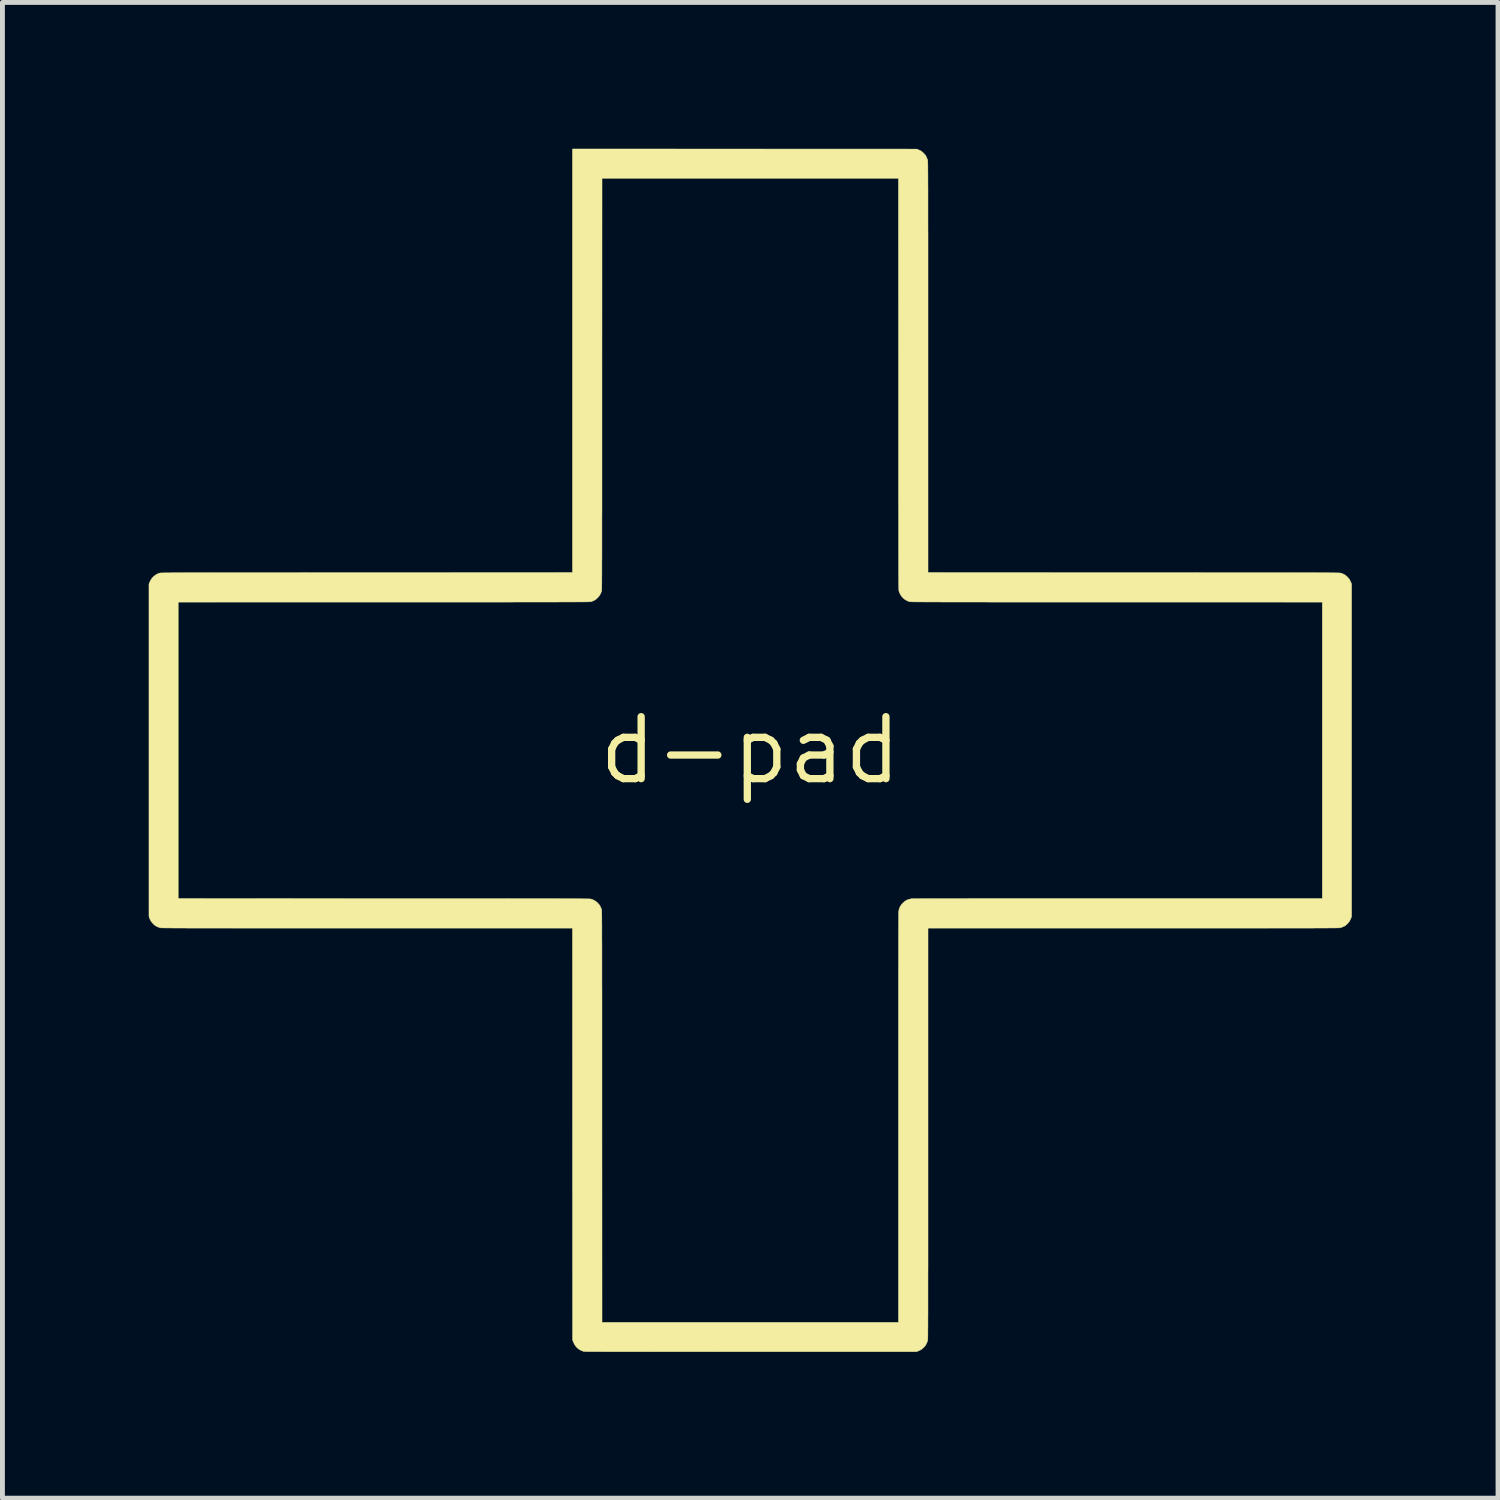
<source format=kicad_pcb>
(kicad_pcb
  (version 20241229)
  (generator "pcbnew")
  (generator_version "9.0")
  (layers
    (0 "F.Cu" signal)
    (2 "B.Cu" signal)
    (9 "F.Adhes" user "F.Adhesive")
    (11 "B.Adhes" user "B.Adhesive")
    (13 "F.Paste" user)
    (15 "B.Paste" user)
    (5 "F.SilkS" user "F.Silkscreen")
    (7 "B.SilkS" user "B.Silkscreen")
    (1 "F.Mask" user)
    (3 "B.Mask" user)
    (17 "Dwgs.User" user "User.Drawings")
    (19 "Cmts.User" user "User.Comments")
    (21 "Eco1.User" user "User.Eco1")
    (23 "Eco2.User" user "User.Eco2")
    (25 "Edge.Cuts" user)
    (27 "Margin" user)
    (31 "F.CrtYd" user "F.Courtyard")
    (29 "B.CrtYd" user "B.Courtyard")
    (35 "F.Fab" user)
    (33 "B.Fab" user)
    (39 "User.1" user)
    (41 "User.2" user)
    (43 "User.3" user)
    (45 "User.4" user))
  (footprint "d-pad"
    (layer "F.Cu")
    (at 12.335 12.337)
    (property "Reference" "d-pad" (at 0 0 0) (layer "F.SilkS") (effects (font (size 1.27 1.27) (thickness 0.15))))
    (attr through_hole)
    (fp_poly (pts (xy -0.117 -12.331) (xy 3.41 -12.33) (xy 3.441 -12.318) (xy 3.473 -12.305) (xy 3.501 -12.29) (xy 3.526 -12.271) (xy 3.553 -12.247) (xy 3.556 -12.243) (xy 3.574 -12.225) (xy 3.587 -12.21) (xy 3.597 -12.195) (xy 3.607 -12.178) (xy 3.612 -12.167) (xy 3.622 -12.143) (xy 3.631 -12.119) (xy 3.637 -12.098) (xy 3.638 -12.094) (xy 3.639 -12.091) (xy 3.639 -12.088) (xy 3.639 -12.083) (xy 3.64 -12.077) (xy 3.64 -12.069) (xy 3.64 -12.06) (xy 3.641 -12.049) (xy 3.641 -12.035) (xy 3.641 -12.02) (xy 3.641 -12.002) (xy 3.642 -11.981) (xy 3.642 -11.958) (xy 3.642 -11.933) (xy 3.642 -11.904) (xy 3.642 -11.872) (xy 3.643 -11.837) (xy 3.643 -11.798) (xy 3.643 -11.756) (xy 3.643 -11.71) (xy 3.643 -11.66) (xy 3.643 -11.606) (xy 3.644 -11.548) (xy 3.644 -11.486) (xy 3.644 -11.419) (xy 3.644 -11.348) (xy 3.644 -11.271) (xy 3.644 -11.19) (xy 3.644 -11.104) (xy 3.644 -11.012) (xy 3.644 -10.915) (xy 3.644 -10.813) (xy 3.644 -10.704) (xy 3.645 -10.59) (xy 3.645 -10.47) (xy 3.645 -10.344) (xy 3.645 -10.211) (xy 3.645 -10.072) (xy 3.645 -9.926) (xy 3.645 -9.773) (xy 3.645 -9.614) (xy 3.645 -9.447) (xy 3.645 -9.273) (xy 3.645 -9.092) (xy 3.645 -8.903) (xy 3.645 -8.707) (xy 3.645 -8.502) (xy 3.645 -8.29) (xy 3.645 -8.069) (xy 3.645 -3.645) (xy 7.864 -3.644) (xy 8.092 -3.644) (xy 8.311 -3.644) (xy 8.523 -3.644) (xy 8.726 -3.644) (xy 8.921 -3.644) (xy 9.109 -3.644) (xy 9.289 -3.643) (xy 9.462 -3.643) (xy 9.627 -3.643) (xy 9.786 -3.643) (xy 9.937 -3.643) (xy 10.082 -3.643) (xy 10.22 -3.643) (xy 10.352 -3.643) (xy 10.477 -3.643) (xy 10.596 -3.643) (xy 10.71 -3.643) (xy 10.817 -3.643) (xy 10.919 -3.643) (xy 11.015 -3.643) (xy 11.106 -3.642) (xy 11.192 -3.642) (xy 11.272 -3.642) (xy 11.348 -3.642) (xy 11.419 -3.642) (xy 11.486 -3.642) (xy 11.548 -3.642) (xy 11.605 -3.642) (xy 11.659 -3.641) (xy 11.708 -3.641) (xy 11.754 -3.641) (xy 11.796 -3.641) (xy 11.835 -3.641) (xy 11.87 -3.641) (xy 11.902 -3.64) (xy 11.931 -3.64) (xy 11.957 -3.64) (xy 11.981 -3.64) (xy 12.002 -3.639) (xy 12.02 -3.639) (xy 12.036 -3.639) (xy 12.051 -3.639) (xy 12.063 -3.638) (xy 12.073 -3.638) (xy 12.082 -3.638) (xy 12.089 -3.638) (xy 12.095 -3.637) (xy 12.1 -3.637) (xy 12.103 -3.636) (xy 12.106 -3.636) (xy 12.108 -3.636) (xy 12.109 -3.635) (xy 12.151 -3.62) (xy 12.19 -3.599) (xy 12.226 -3.573) (xy 12.236 -3.564) (xy 12.269 -3.529) (xy 12.294 -3.492) (xy 12.315 -3.449) (xy 12.316 -3.446) (xy 12.33 -3.41) (xy 12.33 3.406) (xy 12.32 3.435) (xy 12.305 3.471) (xy 12.288 3.503) (xy 12.265 3.533) (xy 12.243 3.556) (xy 12.225 3.574) (xy 12.21 3.587) (xy 12.195 3.597) (xy 12.178 3.607) (xy 12.167 3.612) (xy 12.143 3.622) (xy 12.119 3.631) (xy 12.098 3.637) (xy 12.094 3.638) (xy 12.091 3.639) (xy 12.088 3.639) (xy 12.083 3.639) (xy 12.077 3.64) (xy 12.069 3.64) (xy 12.06 3.64) (xy 12.049 3.641) (xy 12.035 3.641) (xy 12.02 3.641) (xy 12.002 3.641) (xy 11.981 3.642) (xy 11.958 3.642) (xy 11.933 3.642) (xy 11.904 3.642) (xy 11.872 3.642) (xy 11.837 3.643) (xy 11.798 3.643) (xy 11.756 3.643) (xy 11.71 3.643) (xy 11.66 3.643) (xy 11.606 3.643) (xy 11.548 3.644) (xy 11.486 3.644) (xy 11.419 3.644) (xy 11.348 3.644) (xy 11.271 3.644) (xy 11.19 3.644) (xy 11.104 3.644) (xy 11.012 3.644) (xy 10.915 3.644) (xy 10.813 3.644) (xy 10.704 3.644) (xy 10.59 3.645) (xy 10.47 3.645) (xy 10.344 3.645) (xy 10.211 3.645) (xy 10.072 3.645) (xy 9.926 3.645) (xy 9.773 3.645) (xy 9.614 3.645) (xy 9.447 3.645) (xy 9.273 3.645) (xy 9.092 3.645) (xy 8.903 3.645) (xy 8.707 3.645) (xy 8.502 3.645) (xy 8.29 3.645) (xy 8.069 3.645) (xy 3.645 3.645) (xy 3.645 8.081) (xy 3.645 8.302) (xy 3.645 8.514) (xy 3.645 8.718) (xy 3.645 8.914) (xy 3.645 9.102) (xy 3.645 9.283) (xy 3.645 9.456) (xy 3.645 9.623) (xy 3.645 9.782) (xy 3.645 9.934) (xy 3.645 10.079) (xy 3.645 10.218) (xy 3.645 10.351) (xy 3.645 10.477) (xy 3.645 10.596) (xy 3.644 10.71) (xy 3.644 10.818) (xy 3.644 10.921) (xy 3.644 11.017) (xy 3.644 11.109) (xy 3.644 11.195) (xy 3.644 11.276) (xy 3.644 11.352) (xy 3.644 11.423) (xy 3.644 11.489) (xy 3.644 11.551) (xy 3.643 11.609) (xy 3.643 11.663) (xy 3.643 11.712) (xy 3.643 11.758) (xy 3.643 11.8) (xy 3.643 11.839) (xy 3.642 11.874) (xy 3.642 11.905) (xy 3.642 11.934) (xy 3.642 11.96) (xy 3.642 11.983) (xy 3.641 12.003) (xy 3.641 12.021) (xy 3.641 12.036) (xy 3.641 12.049) (xy 3.64 12.061) (xy 3.64 12.07) (xy 3.64 12.078) (xy 3.639 12.084) (xy 3.639 12.088) (xy 3.639 12.092) (xy 3.638 12.094) (xy 3.633 12.114) (xy 3.624 12.138) (xy 3.615 12.162) (xy 3.612 12.167) (xy 3.602 12.186) (xy 3.593 12.202) (xy 3.581 12.217) (xy 3.567 12.233) (xy 3.556 12.243) (xy 3.53 12.268) (xy 3.504 12.287) (xy 3.477 12.303) (xy 3.446 12.316) (xy 3.441 12.318) (xy 3.41 12.33) (xy 0.008 12.33) (xy -0.199 12.33) (xy -0.399 12.33) (xy -0.59 12.33) (xy -0.774 12.331) (xy -0.949 12.331) (xy -1.117 12.331) (xy -1.278 12.331) (xy -1.431 12.331) (xy -1.577 12.331) (xy -1.716 12.331) (xy -1.848 12.331) (xy -1.973 12.331) (xy -2.092 12.33) (xy -2.204 12.33) (xy -2.311 12.33) (xy -2.411 12.33) (xy -2.505 12.33) (xy -2.593 12.33) (xy -2.676 12.33) (xy -2.754 12.33) (xy -2.826 12.33) (xy -2.893 12.33) (xy -2.955 12.33) (xy -3.013 12.329) (xy -3.066 12.329) (xy -3.114 12.329) (xy -3.158 12.329) (xy -3.198 12.329) (xy -3.234 12.329) (xy -3.266 12.328) (xy -3.295 12.328) (xy -3.32 12.328) (xy -3.342 12.328) (xy -3.36 12.327) (xy -3.376 12.327) (xy -3.388 12.327) (xy -3.398 12.327) (xy -3.406 12.326) (xy -3.411 12.326) (xy -3.414 12.326) (xy -3.414 12.325) (xy -3.464 12.308) (xy -3.508 12.284) (xy -3.548 12.253) (xy -3.581 12.216) (xy -3.609 12.173) (xy -3.63 12.125) (xy -3.632 12.121) (xy -3.643 12.088) (xy -3.645 3.645) (xy -8.081 3.645) (xy -8.302 3.645) (xy -8.514 3.645) (xy -8.718 3.645) (xy -8.914 3.645) (xy -9.102 3.645) (xy -9.283 3.645) (xy -9.456 3.645) (xy -9.623 3.645) (xy -9.782 3.645) (xy -9.934 3.645) (xy -10.079 3.645) (xy -10.218 3.645) (xy -10.351 3.645) (xy -10.477 3.645) (xy -10.596 3.645) (xy -10.71 3.644) (xy -10.818 3.644) (xy -10.921 3.644) (xy -11.017 3.644) (xy -11.109 3.644) (xy -11.195 3.644) (xy -11.276 3.644) (xy -11.352 3.644) (xy -11.423 3.644) (xy -11.489 3.644) (xy -11.551 3.644) (xy -11.609 3.643) (xy -11.663 3.643) (xy -11.712 3.643) (xy -11.758 3.643) (xy -11.8 3.643) (xy -11.839 3.643) (xy -11.874 3.642) (xy -11.905 3.642) (xy -11.934 3.642) (xy -11.96 3.642) (xy -11.983 3.642) (xy -12.003 3.641) (xy -12.021 3.641) (xy -12.036 3.641) (xy -12.049 3.641) (xy -12.061 3.64) (xy -12.07 3.64) (xy -12.078 3.64) (xy -12.084 3.639) (xy -12.088 3.639) (xy -12.092 3.639) (xy -12.094 3.638) (xy -12.114 3.633) (xy -12.138 3.624) (xy -12.162 3.615) (xy -12.167 3.612) (xy -12.186 3.602) (xy -12.202 3.593) (xy -12.217 3.581) (xy -12.233 3.566) (xy -12.243 3.556) (xy -12.271 3.526) (xy -12.292 3.496) (xy -12.309 3.464) (xy -12.32 3.435) (xy -12.33 3.406) (xy -12.33 -3.04) (xy -11.731 -3.04) (xy -11.731 3.039) (xy -7.511 3.041) (xy -7.283 3.041) (xy -7.064 3.041) (xy -6.853 3.041) (xy -6.65 3.041) (xy -6.455 3.041) (xy -6.267 3.041) (xy -6.087 3.041) (xy -5.915 3.041) (xy -5.749 3.041) (xy -5.591 3.041) (xy -5.44 3.041) (xy -5.295 3.041) (xy -5.157 3.041) (xy -5.025 3.041) (xy -4.9 3.042) (xy -4.781 3.042) (xy -4.668 3.042) (xy -4.56 3.042) (xy -4.459 3.042) (xy -4.363 3.042) (xy -4.272 3.042) (xy -4.186 3.042) (xy -4.106 3.042) (xy -4.03 3.042) (xy -3.959 3.042) (xy -3.893 3.043) (xy -3.831 3.043) (xy -3.773 3.043) (xy -3.719 3.043) (xy -3.67 3.043) (xy -3.624 3.043) (xy -3.582 3.044) (xy -3.543 3.044) (xy -3.508 3.044) (xy -3.476 3.044) (xy -3.447 3.044) (xy -3.421 3.045) (xy -3.397 3.045) (xy -3.376 3.045) (xy -3.358 3.045) (xy -3.341 3.045) (xy -3.327 3.046) (xy -3.315 3.046) (xy -3.305 3.046) (xy -3.296 3.047) (xy -3.288 3.047) (xy -3.282 3.047) (xy -3.278 3.048) (xy -3.274 3.048) (xy -3.271 3.048) (xy -3.268 3.049) (xy -3.267 3.049) (xy -3.266 3.049) (xy -3.25 3.055) (xy -3.23 3.063) (xy -3.21 3.072) (xy -3.205 3.075) (xy -3.187 3.084) (xy -3.171 3.094) (xy -3.155 3.107) (xy -3.137 3.123) (xy -3.13 3.13) (xy -3.112 3.149) (xy -3.098 3.165) (xy -3.087 3.18) (xy -3.078 3.197) (xy -3.074 3.205) (xy -3.065 3.224) (xy -3.057 3.244) (xy -3.05 3.262) (xy -3.049 3.266) (xy -3.049 3.268) (xy -3.048 3.27) (xy -3.048 3.273) (xy -3.048 3.277) (xy -3.047 3.281) (xy -3.047 3.287) (xy -3.047 3.295) (xy -3.046 3.303) (xy -3.046 3.314) (xy -3.046 3.326) (xy -3.045 3.34) (xy -3.045 3.357) (xy -3.045 3.375) (xy -3.045 3.396) (xy -3.044 3.42) (xy -3.044 3.446) (xy -3.044 3.476) (xy -3.044 3.508) (xy -3.044 3.543) (xy -3.043 3.582) (xy -3.043 3.625) (xy -3.043 3.671) (xy -3.043 3.721) (xy -3.043 3.774) (xy -3.043 3.832) (xy -3.043 3.895) (xy -3.042 3.961) (xy -3.042 4.033) (xy -3.042 4.109) (xy -3.042 4.19) (xy -3.042 4.276) (xy -3.042 4.367) (xy -3.042 4.463) (xy -3.042 4.566) (xy -3.042 4.673) (xy -3.042 4.787) (xy -3.041 4.907) (xy -3.041 5.032) (xy -3.041 5.165) (xy -3.041 5.303) (xy -3.041 5.448) (xy -3.041 5.6) (xy -3.041 5.759) (xy -3.041 5.925) (xy -3.041 6.098) (xy -3.041 6.279) (xy -3.041 6.467) (xy -3.041 6.663) (xy -3.041 6.866) (xy -3.041 7.078) (xy -3.041 7.298) (xy -3.041 7.511) (xy -3.04 11.731) (xy 3.04 11.731) (xy 3.04 7.534) (xy 3.04 7.283) (xy 3.04 7.041) (xy 3.04 6.807) (xy 3.04 6.581) (xy 3.04 6.364) (xy 3.04 6.154) (xy 3.04 5.953) (xy 3.04 5.76) (xy 3.04 5.574) (xy 3.04 5.397) (xy 3.04 5.227) (xy 3.04 5.065) (xy 3.04 4.911) (xy 3.04 4.764) (xy 3.04 4.624) (xy 3.04 4.492) (xy 3.041 4.368) (xy 3.041 4.25) (xy 3.041 4.14) (xy 3.041 4.037) (xy 3.041 3.941) (xy 3.041 3.853) (xy 3.041 3.771) (xy 3.042 3.696) (xy 3.042 3.627) (xy 3.042 3.566) (xy 3.042 3.511) (xy 3.042 3.463) (xy 3.043 3.421) (xy 3.043 3.385) (xy 3.043 3.356) (xy 3.043 3.334) (xy 3.044 3.317) (xy 3.044 3.307) (xy 3.044 3.303) (xy 3.053 3.257) (xy 3.068 3.216) (xy 3.09 3.179) (xy 3.119 3.143) (xy 3.131 3.131) (xy 3.166 3.099) (xy 3.203 3.075) (xy 3.243 3.058) (xy 3.287 3.047) (xy 3.303 3.044) (xy 3.308 3.044) (xy 3.32 3.044) (xy 3.337 3.043) (xy 3.361 3.043) (xy 3.39 3.043) (xy 3.427 3.043) (xy 3.47 3.042) (xy 3.519 3.042) (xy 3.575 3.042) (xy 3.637 3.042) (xy 3.707 3.042) (xy 3.783 3.041) (xy 3.866 3.041) (xy 3.956 3.041) (xy 4.053 3.041) (xy 4.157 3.041) (xy 4.268 3.041) (xy 4.386 3.041) (xy 4.512 3.04) (xy 4.645 3.04) (xy 4.786 3.04) (xy 4.934 3.04) (xy 5.089 3.04) (xy 5.253 3.04) (xy 5.424 3.04) (xy 5.602 3.04) (xy 5.789 3.04) (xy 5.983 3.04) (xy 6.186 3.04) (xy 6.397 3.04) (xy 6.615 3.04) (xy 6.842 3.04) (xy 7.077 3.04) (xy 7.321 3.04) (xy 7.534 3.04) (xy 11.731 3.04) (xy 11.731 -3.04) (xy 7.511 -3.041) (xy 7.283 -3.041) (xy 7.064 -3.041) (xy 6.853 -3.041) (xy 6.65 -3.041) (xy 6.454 -3.041) (xy 6.267 -3.041) (xy 6.087 -3.041) (xy 5.914 -3.041) (xy 5.748 -3.041) (xy 5.59 -3.041) (xy 5.438 -3.041) (xy 5.294 -3.041) (xy 5.155 -3.041) (xy 5.024 -3.041) (xy 4.898 -3.041) (xy 4.779 -3.042) (xy 4.666 -3.042) (xy 4.558 -3.042) (xy 4.457 -3.042) (xy 4.36 -3.042) (xy 4.269 -3.042) (xy 4.184 -3.042) (xy 4.103 -3.042) (xy 4.027 -3.042) (xy 3.956 -3.042) (xy 3.89 -3.043) (xy 3.828 -3.043) (xy 3.77 -3.043) (xy 3.717 -3.043) (xy 3.667 -3.043) (xy 3.621 -3.043) (xy 3.579 -3.043) (xy 3.541 -3.044) (xy 3.505 -3.044) (xy 3.473 -3.044) (xy 3.444 -3.044) (xy 3.418 -3.044) (xy 3.395 -3.045) (xy 3.374 -3.045) (xy 3.355 -3.045) (xy 3.339 -3.045) (xy 3.325 -3.046) (xy 3.313 -3.046) (xy 3.302 -3.046) (xy 3.294 -3.047) (xy 3.287 -3.047) (xy 3.281 -3.047) (xy 3.276 -3.048) (xy 3.272 -3.048) (xy 3.269 -3.048) (xy 3.267 -3.049) (xy 3.266 -3.049) (xy 3.25 -3.055) (xy 3.231 -3.062) (xy 3.21 -3.072) (xy 3.205 -3.074) (xy 3.171 -3.095) (xy 3.138 -3.122) (xy 3.109 -3.153) (xy 3.085 -3.186) (xy 3.075 -3.205) (xy 3.066 -3.224) (xy 3.057 -3.244) (xy 3.051 -3.262) (xy 3.049 -3.266) (xy 3.049 -3.268) (xy 3.049 -3.27) (xy 3.048 -3.272) (xy 3.048 -3.276) (xy 3.047 -3.28) (xy 3.047 -3.286) (xy 3.047 -3.293) (xy 3.046 -3.301) (xy 3.046 -3.31) (xy 3.046 -3.322) (xy 3.046 -3.335) (xy 3.045 -3.351) (xy 3.045 -3.368) (xy 3.045 -3.388) (xy 3.045 -3.41) (xy 3.044 -3.435) (xy 3.044 -3.463) (xy 3.044 -3.494) (xy 3.044 -3.528) (xy 3.044 -3.565) (xy 3.043 -3.606) (xy 3.043 -3.65) (xy 3.043 -3.698) (xy 3.043 -3.75) (xy 3.043 -3.806) (xy 3.043 -3.866) (xy 3.043 -3.93) (xy 3.042 -3.999) (xy 3.042 -4.073) (xy 3.042 -4.151) (xy 3.042 -4.235) (xy 3.042 -4.323) (xy 3.042 -4.417) (xy 3.042 -4.516) (xy 3.042 -4.621) (xy 3.042 -4.732) (xy 3.042 -4.849) (xy 3.042 -4.971) (xy 3.041 -5.1) (xy 3.041 -5.236) (xy 3.041 -5.377) (xy 3.041 -5.526) (xy 3.041 -5.681) (xy 3.041 -5.844) (xy 3.041 -6.013) (xy 3.041 -6.19) (xy 3.041 -6.374) (xy 3.041 -6.566) (xy 3.041 -6.766) (xy 3.041 -6.973) (xy 3.041 -7.189) (xy 3.041 -7.413) (xy 3.041 -7.511) (xy 3.039 -11.731) (xy -3.04 -11.731) (xy -3.041 -7.511) (xy -3.041 -7.283) (xy -3.041 -7.064) (xy -3.041 -6.853) (xy -3.041 -6.65) (xy -3.041 -6.454) (xy -3.041 -6.267) (xy -3.041 -6.087) (xy -3.041 -5.914) (xy -3.041 -5.749) (xy -3.041 -5.59) (xy -3.041 -5.439) (xy -3.041 -5.294) (xy -3.041 -5.156) (xy -3.041 -5.024) (xy -3.041 -4.899) (xy -3.042 -4.779) (xy -3.042 -4.666) (xy -3.042 -4.559) (xy -3.042 -4.457) (xy -3.042 -4.361) (xy -3.042 -4.27) (xy -3.042 -4.184) (xy -3.042 -4.104) (xy -3.042 -4.028) (xy -3.042 -3.957) (xy -3.043 -3.89) (xy -3.043 -3.828) (xy -3.043 -3.771) (xy -3.043 -3.717) (xy -3.043 -3.668) (xy -3.043 -3.622) (xy -3.043 -3.58) (xy -3.044 -3.541) (xy -3.044 -3.506) (xy -3.044 -3.474) (xy -3.044 -3.445) (xy -3.044 -3.418) (xy -3.045 -3.395) (xy -3.045 -3.374) (xy -3.045 -3.356) (xy -3.045 -3.339) (xy -3.046 -3.325) (xy -3.046 -3.313) (xy -3.046 -3.303) (xy -3.047 -3.294) (xy -3.047 -3.287) (xy -3.047 -3.281) (xy -3.048 -3.276) (xy -3.048 -3.273) (xy -3.048 -3.27) (xy -3.049 -3.268) (xy -3.049 -3.266) (xy -3.068 -3.217) (xy -3.093 -3.173) (xy -3.125 -3.134) (xy -3.162 -3.1) (xy -3.205 -3.073) (xy -3.253 -3.053) (xy -3.266 -3.049) (xy -3.268 -3.049) (xy -3.27 -3.048) (xy -3.273 -3.048) (xy -3.277 -3.048) (xy -3.281 -3.047) (xy -3.287 -3.047) (xy -3.295 -3.047) (xy -3.303 -3.046) (xy -3.314 -3.046) (xy -3.326 -3.046) (xy -3.34 -3.045) (xy -3.357 -3.045) (xy -3.375 -3.045) (xy -3.396 -3.045) (xy -3.42 -3.044) (xy -3.446 -3.044) (xy -3.476 -3.044) (xy -3.508 -3.044) (xy -3.543 -3.044) (xy -3.582 -3.043) (xy -3.625 -3.043) (xy -3.671 -3.043) (xy -3.721 -3.043) (xy -3.774 -3.043) (xy -3.832 -3.043) (xy -3.895 -3.043) (xy -3.961 -3.042) (xy -4.033 -3.042) (xy -4.109 -3.042) (xy -4.19 -3.042) (xy -4.276 -3.042) (xy -4.367 -3.042) (xy -4.463 -3.042) (xy -4.566 -3.042) (xy -4.673 -3.042) (xy -4.787 -3.042) (xy -4.907 -3.041) (xy -5.032 -3.041) (xy -5.165 -3.041) (xy -5.303 -3.041) (xy -5.448 -3.041) (xy -5.6 -3.041) (xy -5.759 -3.041) (xy -5.925 -3.041) (xy -6.098 -3.041) (xy -6.279 -3.041) (xy -6.467 -3.041) (xy -6.663 -3.041) (xy -6.866 -3.041) (xy -7.078 -3.041) (xy -7.298 -3.041) (xy -7.511 -3.041) (xy -11.731 -3.04) (xy -12.33 -3.04) (xy -12.33 -3.41) (xy -12.318 -3.442) (xy -12.295 -3.489) (xy -12.267 -3.531) (xy -12.232 -3.567) (xy -12.192 -3.598) (xy -12.147 -3.622) (xy -12.109 -3.635) (xy -12.108 -3.636) (xy -12.106 -3.636) (xy -12.103 -3.637) (xy -12.099 -3.637) (xy -12.094 -3.637) (xy -12.088 -3.638) (xy -12.08 -3.638) (xy -12.071 -3.638) (xy -12.061 -3.638) (xy -12.048 -3.639) (xy -12.034 -3.639) (xy -12.017 -3.639) (xy -11.999 -3.64) (xy -11.977 -3.64) (xy -11.953 -3.64) (xy -11.927 -3.64) (xy -11.897 -3.64) (xy -11.865 -3.641) (xy -11.829 -3.641) (xy -11.79 -3.641) (xy -11.747 -3.641) (xy -11.701 -3.641) (xy -11.65 -3.641) (xy -11.596 -3.642) (xy -11.538 -3.642) (xy -11.475 -3.642) (xy -11.408 -3.642) (xy -11.336 -3.642) (xy -11.26 -3.642) (xy -11.178 -3.642) (xy -11.092 -3.642) (xy -11 -3.643) (xy -10.903 -3.643) (xy -10.8 -3.643) (xy -10.692 -3.643) (xy -10.577 -3.643) (xy -10.457 -3.643) (xy -10.331 -3.643) (xy -10.198 -3.643) (xy -10.059 -3.643) (xy -9.913 -3.643) (xy -9.76 -3.643) (xy -9.601 -3.643) (xy -9.434 -3.643) (xy -9.26 -3.643) (xy -9.079 -3.644) (xy -8.89 -3.644) (xy -8.693 -3.644) (xy -8.489 -3.644) (xy -8.276 -3.644) (xy -8.055 -3.644) (xy -7.864 -3.644) (xy -3.645 -3.645) (xy -3.645 -12.332) (xy -0.117 -12.331)) (stroke (width 0.01) (type solid)) (fill yes) (layer "F.SilkS")))
  (gr_rect
    (start -3 -3)
    (end 27.669 27.672)
    (stroke (width 0.1) (type default))
    (fill no)
    (layer "Edge.Cuts")))
</source>
